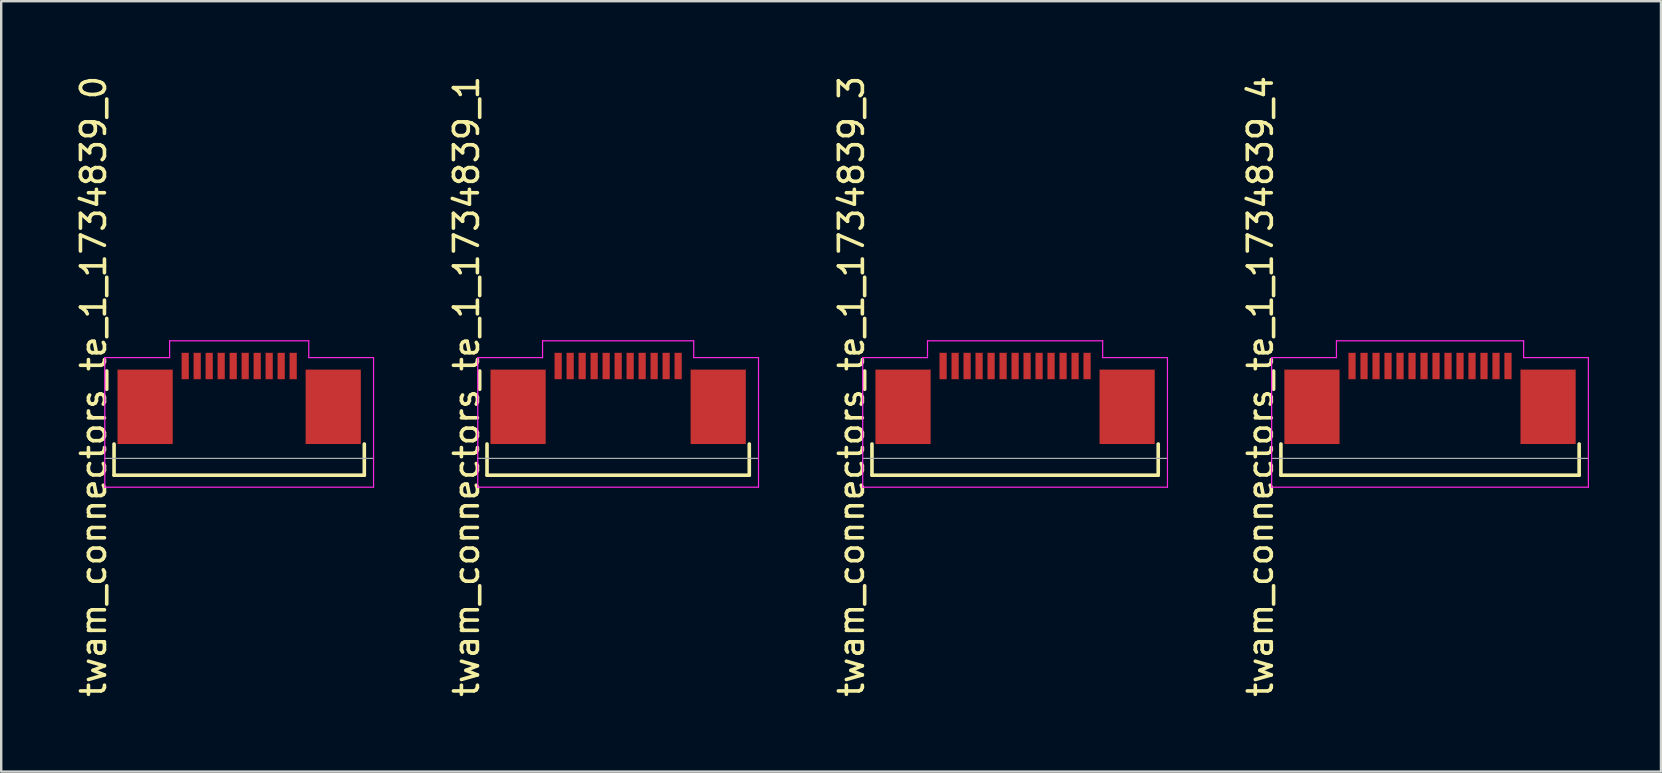
<source format=kicad_pcb>
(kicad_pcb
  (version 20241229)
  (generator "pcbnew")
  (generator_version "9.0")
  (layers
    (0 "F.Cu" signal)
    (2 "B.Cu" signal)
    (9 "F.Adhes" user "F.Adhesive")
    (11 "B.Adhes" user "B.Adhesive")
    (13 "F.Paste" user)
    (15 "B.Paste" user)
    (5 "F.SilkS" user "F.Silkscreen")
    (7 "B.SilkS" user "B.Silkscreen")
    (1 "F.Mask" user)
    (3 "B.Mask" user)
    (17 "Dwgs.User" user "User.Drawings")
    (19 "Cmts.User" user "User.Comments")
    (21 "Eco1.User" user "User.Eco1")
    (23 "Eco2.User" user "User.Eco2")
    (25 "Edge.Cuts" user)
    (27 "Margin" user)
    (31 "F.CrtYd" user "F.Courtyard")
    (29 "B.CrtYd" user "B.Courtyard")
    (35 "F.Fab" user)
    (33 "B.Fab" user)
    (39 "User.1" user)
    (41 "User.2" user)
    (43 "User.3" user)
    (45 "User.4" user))
  (footprint "twam_connectors_te_1_1734839_0"
    (layer "F.Cu")
    (at 6.918 13.054)
    (property "Reference" "twam_connectors_te_1_1734839_0" (at -6.07 0 270) (layer "F.SilkS") (effects (font (size 1 1) (thickness 0.15))))
    (attr smd)
    (fp_line (start -5.215 2.4) (end -5.215 3.7) (stroke (width 0.15) (type solid)) (layer "F.SilkS"))
    (fp_line (start -5.215 3.7) (end 5.215 3.7) (stroke (width 0.15) (type solid)) (layer "F.SilkS"))
    (fp_line (start 5.215 2.4) (end 5.215 3.7) (stroke (width 0.15) (type solid)) (layer "F.SilkS"))
    (fp_line (start -5.6 -1.2) (end -5.6 4.2) (stroke (width 0.05) (type solid)) (layer "F.CrtYd"))
    (fp_line (start -5.6 -1.2) (end -2.9 -1.2) (stroke (width 0.05) (type solid)) (layer "F.CrtYd"))
    (fp_line (start -5.6 4.2) (end 5.6 4.2) (stroke (width 0.05) (type solid)) (layer "F.CrtYd"))
    (fp_line (start -2.9 -1.9) (end -2.9 -1.2) (stroke (width 0.05) (type solid)) (layer "F.CrtYd"))
    (fp_line (start -2.9 -1.9) (end 2.9 -1.9) (stroke (width 0.05) (type solid)) (layer "F.CrtYd"))
    (fp_line (start 2.9 -1.9) (end 2.9 -1.2) (stroke (width 0.05) (type solid)) (layer "F.CrtYd"))
    (fp_line (start 2.9 -1.2) (end 5.6 -1.2) (stroke (width 0.05) (type solid)) (layer "F.CrtYd"))
    (fp_line (start 5.6 -1.2) (end 5.6 4.2) (stroke (width 0.05) (type solid)) (layer "F.CrtYd"))
    (fp_line (start -5.6 3) (end 5.6 3) (stroke (width 0.05) (type solid)) (layer "F.Fab"))
    (pad "1" smd rect (at 2.25 -0.85) (size 0.3 1.1) (layers "F.Cu" "F.Mask" "F.Paste"))
    (pad "2" smd rect (at 1.75 -0.85) (size 0.3 1.1) (layers "F.Cu" "F.Mask" "F.Paste"))
    (pad "3" smd rect (at 1.25 -0.85) (size 0.3 1.1) (layers "F.Cu" "F.Mask" "F.Paste"))
    (pad "4" smd rect (at 0.75 -0.85) (size 0.3 1.1) (layers "F.Cu" "F.Mask" "F.Paste"))
    (pad "5" smd rect (at 0.25 -0.85) (size 0.3 1.1) (layers "F.Cu" "F.Mask" "F.Paste"))
    (pad "6" smd rect (at -0.25 -0.85) (size 0.3 1.1) (layers "F.Cu" "F.Mask" "F.Paste"))
    (pad "7" smd rect (at -0.75 -0.85) (size 0.3 1.1) (layers "F.Cu" "F.Mask" "F.Paste"))
    (pad "8" smd rect (at -1.25 -0.85) (size 0.3 1.1) (layers "F.Cu" "F.Mask" "F.Paste"))
    (pad "9" smd rect (at -1.75 -0.85) (size 0.3 1.1) (layers "F.Cu" "F.Mask" "F.Paste"))
    (pad "10" smd rect (at -2.25 -0.85) (size 0.3 1.1) (layers "F.Cu" "F.Mask" "F.Paste"))
    (pad "F1" smd rect (at -3.92 0.85) (size 2.3 3.1) (layers "F.Cu" "F.Mask" "F.Paste"))
    (pad "F2" smd rect (at 3.92 0.85) (size 2.3 3.1) (layers "F.Cu" "F.Mask" "F.Paste")))
  (footprint "twam_connectors_te_1_1734839_3"
    (layer "F.Cu")
    (at 39.255 13.054)
    (property "Reference" "twam_connectors_te_1_1734839_3" (at -6.82 0 270) (layer "F.SilkS") (effects (font (size 1 1) (thickness 0.15))))
    (attr smd)
    (fp_line (start -5.965 2.4) (end -5.965 3.7) (stroke (width 0.15) (type solid)) (layer "F.SilkS"))
    (fp_line (start -5.965 3.7) (end 5.965 3.7) (stroke (width 0.15) (type solid)) (layer "F.SilkS"))
    (fp_line (start 5.965 2.4) (end 5.965 3.7) (stroke (width 0.15) (type solid)) (layer "F.SilkS"))
    (fp_line (start -6.35 -1.2) (end -6.35 4.2) (stroke (width 0.05) (type solid)) (layer "F.CrtYd"))
    (fp_line (start -6.35 -1.2) (end -3.65 -1.2) (stroke (width 0.05) (type solid)) (layer "F.CrtYd"))
    (fp_line (start -6.35 4.2) (end 6.35 4.2) (stroke (width 0.05) (type solid)) (layer "F.CrtYd"))
    (fp_line (start -3.65 -1.9) (end -3.65 -1.2) (stroke (width 0.05) (type solid)) (layer "F.CrtYd"))
    (fp_line (start -3.65 -1.9) (end 3.65 -1.9) (stroke (width 0.05) (type solid)) (layer "F.CrtYd"))
    (fp_line (start 3.65 -1.9) (end 3.65 -1.2) (stroke (width 0.05) (type solid)) (layer "F.CrtYd"))
    (fp_line (start 3.65 -1.2) (end 6.35 -1.2) (stroke (width 0.05) (type solid)) (layer "F.CrtYd"))
    (fp_line (start 6.35 -1.2) (end 6.35 4.2) (stroke (width 0.05) (type solid)) (layer "F.CrtYd"))
    (fp_line (start -6.35 3) (end 6.35 3) (stroke (width 0.05) (type solid)) (layer "F.Fab"))
    (pad "1" smd rect (at 3 -0.85) (size 0.3 1.1) (layers "F.Cu" "F.Mask" "F.Paste"))
    (pad "2" smd rect (at 2.5 -0.85) (size 0.3 1.1) (layers "F.Cu" "F.Mask" "F.Paste"))
    (pad "3" smd rect (at 2 -0.85) (size 0.3 1.1) (layers "F.Cu" "F.Mask" "F.Paste"))
    (pad "4" smd rect (at 1.5 -0.85) (size 0.3 1.1) (layers "F.Cu" "F.Mask" "F.Paste"))
    (pad "5" smd rect (at 1 -0.85) (size 0.3 1.1) (layers "F.Cu" "F.Mask" "F.Paste"))
    (pad "6" smd rect (at 0.5 -0.85) (size 0.3 1.1) (layers "F.Cu" "F.Mask" "F.Paste"))
    (pad "7" smd rect (at 0 -0.85) (size 0.3 1.1) (layers "F.Cu" "F.Mask" "F.Paste"))
    (pad "8" smd rect (at -0.5 -0.85) (size 0.3 1.1) (layers "F.Cu" "F.Mask" "F.Paste"))
    (pad "9" smd rect (at -1 -0.85) (size 0.3 1.1) (layers "F.Cu" "F.Mask" "F.Paste"))
    (pad "10" smd rect (at -1.5 -0.85) (size 0.3 1.1) (layers "F.Cu" "F.Mask" "F.Paste"))
    (pad "11" smd rect (at -2 -0.85) (size 0.3 1.1) (layers "F.Cu" "F.Mask" "F.Paste"))
    (pad "12" smd rect (at -2.5 -0.85) (size 0.3 1.1) (layers "F.Cu" "F.Mask" "F.Paste"))
    (pad "13" smd rect (at -3 -0.85) (size 0.3 1.1) (layers "F.Cu" "F.Mask" "F.Paste"))
    (pad "F1" smd rect (at -4.67 0.85) (size 2.3 3.1) (layers "F.Cu" "F.Mask" "F.Paste"))
    (pad "F2" smd rect (at 4.67 0.85) (size 2.3 3.1) (layers "F.Cu" "F.Mask" "F.Paste")))
  (footprint "twam_connectors_te_1_1734839_1"
    (layer "F.Cu")
    (at 22.712 13.054)
    (property "Reference" "twam_connectors_te_1_1734839_1" (at -6.32 0 270) (layer "F.SilkS") (effects (font (size 1 1) (thickness 0.15))))
    (attr smd)
    (fp_line (start -5.465 2.4) (end -5.465 3.7) (stroke (width 0.15) (type solid)) (layer "F.SilkS"))
    (fp_line (start -5.465 3.7) (end 5.465 3.7) (stroke (width 0.15) (type solid)) (layer "F.SilkS"))
    (fp_line (start 5.465 2.4) (end 5.465 3.7) (stroke (width 0.15) (type solid)) (layer "F.SilkS"))
    (fp_line (start -5.85 -1.2) (end -5.85 4.2) (stroke (width 0.05) (type solid)) (layer "F.CrtYd"))
    (fp_line (start -5.85 -1.2) (end -3.15 -1.2) (stroke (width 0.05) (type solid)) (layer "F.CrtYd"))
    (fp_line (start -5.85 4.2) (end 5.85 4.2) (stroke (width 0.05) (type solid)) (layer "F.CrtYd"))
    (fp_line (start -3.15 -1.9) (end -3.15 -1.2) (stroke (width 0.05) (type solid)) (layer "F.CrtYd"))
    (fp_line (start -3.15 -1.9) (end 3.15 -1.9) (stroke (width 0.05) (type solid)) (layer "F.CrtYd"))
    (fp_line (start 3.15 -1.9) (end 3.15 -1.2) (stroke (width 0.05) (type solid)) (layer "F.CrtYd"))
    (fp_line (start 3.15 -1.2) (end 5.85 -1.2) (stroke (width 0.05) (type solid)) (layer "F.CrtYd"))
    (fp_line (start 5.85 -1.2) (end 5.85 4.2) (stroke (width 0.05) (type solid)) (layer "F.CrtYd"))
    (fp_line (start -5.85 3) (end 5.85 3) (stroke (width 0.05) (type solid)) (layer "F.Fab"))
    (pad "1" smd rect (at 2.5 -0.85) (size 0.3 1.1) (layers "F.Cu" "F.Mask" "F.Paste"))
    (pad "2" smd rect (at 2 -0.85) (size 0.3 1.1) (layers "F.Cu" "F.Mask" "F.Paste"))
    (pad "3" smd rect (at 1.5 -0.85) (size 0.3 1.1) (layers "F.Cu" "F.Mask" "F.Paste"))
    (pad "4" smd rect (at 1 -0.85) (size 0.3 1.1) (layers "F.Cu" "F.Mask" "F.Paste"))
    (pad "5" smd rect (at 0.5 -0.85) (size 0.3 1.1) (layers "F.Cu" "F.Mask" "F.Paste"))
    (pad "6" smd rect (at 0 -0.85) (size 0.3 1.1) (layers "F.Cu" "F.Mask" "F.Paste"))
    (pad "7" smd rect (at -0.5 -0.85) (size 0.3 1.1) (layers "F.Cu" "F.Mask" "F.Paste"))
    (pad "8" smd rect (at -1 -0.85) (size 0.3 1.1) (layers "F.Cu" "F.Mask" "F.Paste"))
    (pad "9" smd rect (at -1.5 -0.85) (size 0.3 1.1) (layers "F.Cu" "F.Mask" "F.Paste"))
    (pad "10" smd rect (at -2 -0.85) (size 0.3 1.1) (layers "F.Cu" "F.Mask" "F.Paste"))
    (pad "11" smd rect (at -2.5 -0.85) (size 0.3 1.1) (layers "F.Cu" "F.Mask" "F.Paste"))
    (pad "F1" smd rect (at -4.17 0.85) (size 2.3 3.1) (layers "F.Cu" "F.Mask" "F.Paste"))
    (pad "F2" smd rect (at 4.17 0.85) (size 2.3 3.1) (layers "F.Cu" "F.Mask" "F.Paste")))
  (footprint "twam_connectors_te_1_1734839_4"
    (layer "F.Cu")
    (at 56.548 13.054)
    (property "Reference" "twam_connectors_te_1_1734839_4" (at -7.07 0 270) (layer "F.SilkS") (effects (font (size 1 1) (thickness 0.15))))
    (attr smd)
    (fp_line (start -6.215 2.4) (end -6.215 3.7) (stroke (width 0.15) (type solid)) (layer "F.SilkS"))
    (fp_line (start -6.215 3.7) (end 6.215 3.7) (stroke (width 0.15) (type solid)) (layer "F.SilkS"))
    (fp_line (start 6.215 2.4) (end 6.215 3.7) (stroke (width 0.15) (type solid)) (layer "F.SilkS"))
    (fp_line (start -6.6 -1.2) (end -6.6 4.2) (stroke (width 0.05) (type solid)) (layer "F.CrtYd"))
    (fp_line (start -6.6 -1.2) (end -3.9 -1.2) (stroke (width 0.05) (type solid)) (layer "F.CrtYd"))
    (fp_line (start -6.6 4.2) (end 6.6 4.2) (stroke (width 0.05) (type solid)) (layer "F.CrtYd"))
    (fp_line (start -3.9 -1.9) (end -3.9 -1.2) (stroke (width 0.05) (type solid)) (layer "F.CrtYd"))
    (fp_line (start -3.9 -1.9) (end 3.9 -1.9) (stroke (width 0.05) (type solid)) (layer "F.CrtYd"))
    (fp_line (start 3.9 -1.9) (end 3.9 -1.2) (stroke (width 0.05) (type solid)) (layer "F.CrtYd"))
    (fp_line (start 3.9 -1.2) (end 6.6 -1.2) (stroke (width 0.05) (type solid)) (layer "F.CrtYd"))
    (fp_line (start 6.6 -1.2) (end 6.6 4.2) (stroke (width 0.05) (type solid)) (layer "F.CrtYd"))
    (fp_line (start -6.6 3) (end 6.6 3) (stroke (width 0.05) (type solid)) (layer "F.Fab"))
    (pad "1" smd rect (at 3.25 -0.85) (size 0.3 1.1) (layers "F.Cu" "F.Mask" "F.Paste"))
    (pad "2" smd rect (at 2.75 -0.85) (size 0.3 1.1) (layers "F.Cu" "F.Mask" "F.Paste"))
    (pad "3" smd rect (at 2.25 -0.85) (size 0.3 1.1) (layers "F.Cu" "F.Mask" "F.Paste"))
    (pad "4" smd rect (at 1.75 -0.85) (size 0.3 1.1) (layers "F.Cu" "F.Mask" "F.Paste"))
    (pad "5" smd rect (at 1.25 -0.85) (size 0.3 1.1) (layers "F.Cu" "F.Mask" "F.Paste"))
    (pad "6" smd rect (at 0.75 -0.85) (size 0.3 1.1) (layers "F.Cu" "F.Mask" "F.Paste"))
    (pad "7" smd rect (at 0.25 -0.85) (size 0.3 1.1) (layers "F.Cu" "F.Mask" "F.Paste"))
    (pad "8" smd rect (at -0.25 -0.85) (size 0.3 1.1) (layers "F.Cu" "F.Mask" "F.Paste"))
    (pad "9" smd rect (at -0.75 -0.85) (size 0.3 1.1) (layers "F.Cu" "F.Mask" "F.Paste"))
    (pad "10" smd rect (at -1.25 -0.85) (size 0.3 1.1) (layers "F.Cu" "F.Mask" "F.Paste"))
    (pad "11" smd rect (at -1.75 -0.85) (size 0.3 1.1) (layers "F.Cu" "F.Mask" "F.Paste"))
    (pad "12" smd rect (at -2.25 -0.85) (size 0.3 1.1) (layers "F.Cu" "F.Mask" "F.Paste"))
    (pad "13" smd rect (at -2.75 -0.85) (size 0.3 1.1) (layers "F.Cu" "F.Mask" "F.Paste"))
    (pad "14" smd rect (at -3.25 -0.85) (size 0.3 1.1) (layers "F.Cu" "F.Mask" "F.Paste"))
    (pad "F1" smd rect (at -4.92 0.85) (size 2.3 3.1) (layers "F.Cu" "F.Mask" "F.Paste"))
    (pad "F2" smd rect (at 4.92 0.85) (size 2.3 3.1) (layers "F.Cu" "F.Mask" "F.Paste")))
  (gr_rect
    (start -3 -3)
    (end 66.173 29.107)
    (stroke (width 0.1) (type default))
    (fill no)
    (layer "Edge.Cuts")))
</source>
